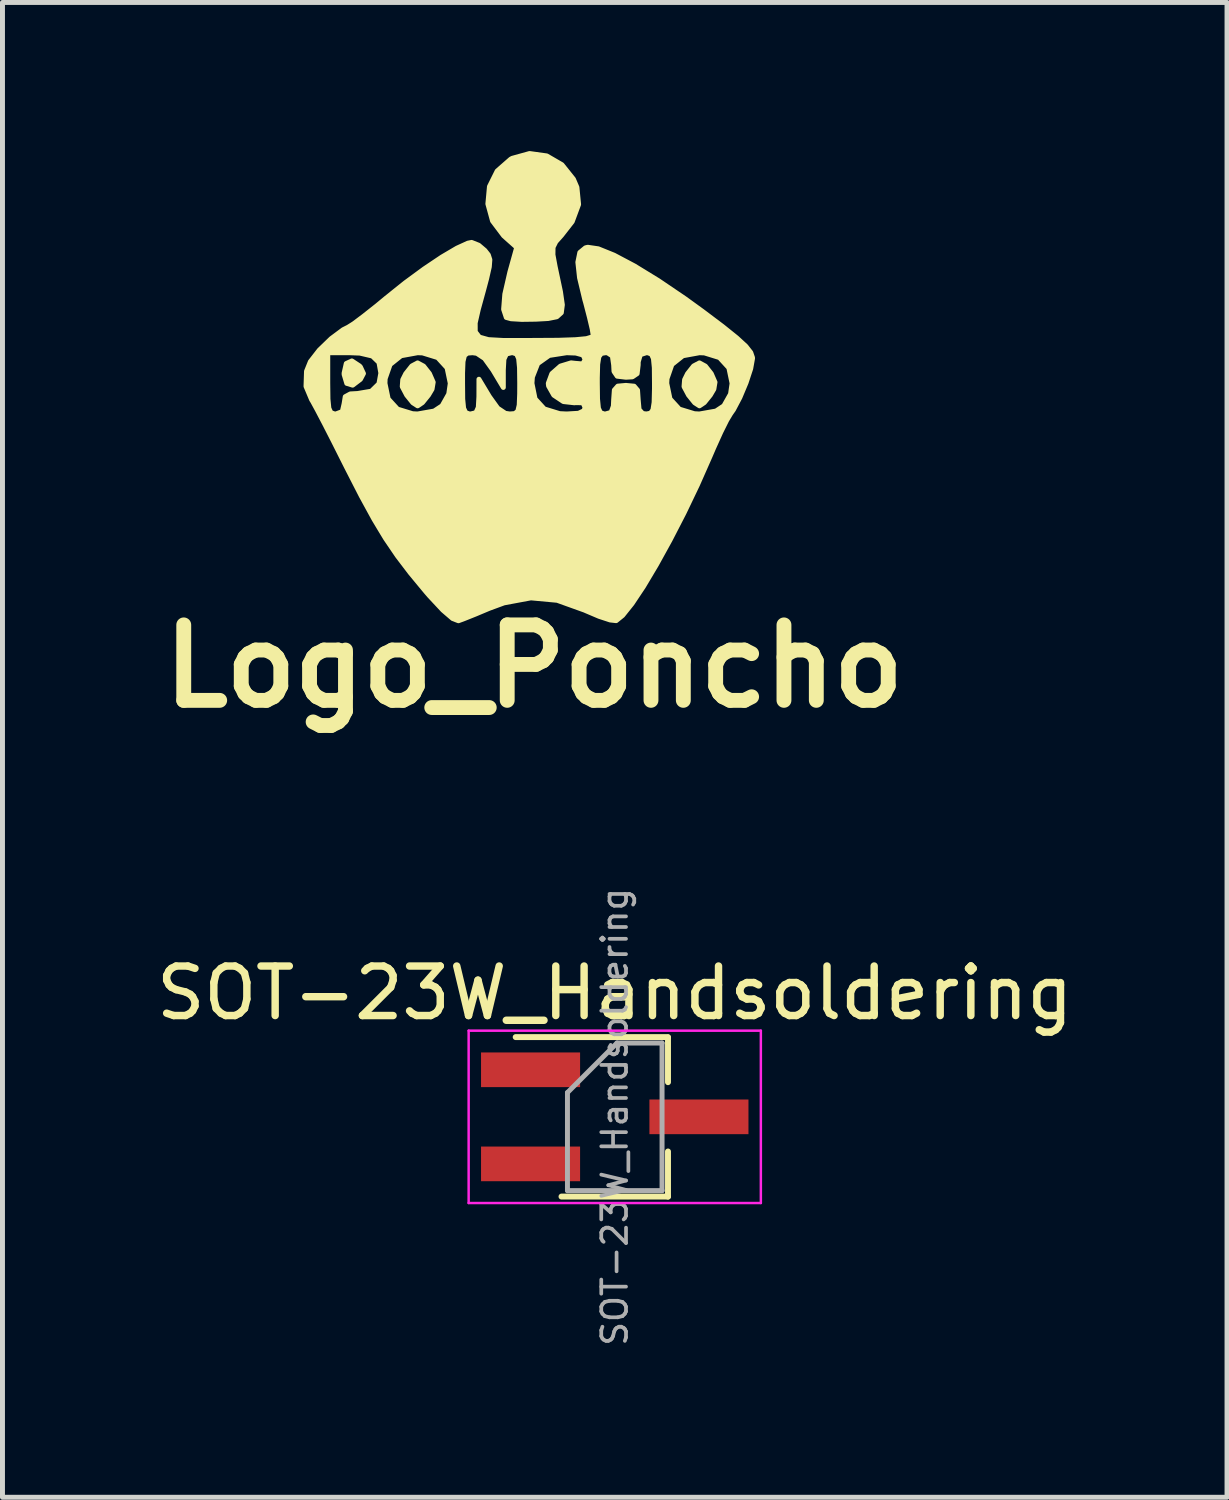
<source format=kicad_pcb>
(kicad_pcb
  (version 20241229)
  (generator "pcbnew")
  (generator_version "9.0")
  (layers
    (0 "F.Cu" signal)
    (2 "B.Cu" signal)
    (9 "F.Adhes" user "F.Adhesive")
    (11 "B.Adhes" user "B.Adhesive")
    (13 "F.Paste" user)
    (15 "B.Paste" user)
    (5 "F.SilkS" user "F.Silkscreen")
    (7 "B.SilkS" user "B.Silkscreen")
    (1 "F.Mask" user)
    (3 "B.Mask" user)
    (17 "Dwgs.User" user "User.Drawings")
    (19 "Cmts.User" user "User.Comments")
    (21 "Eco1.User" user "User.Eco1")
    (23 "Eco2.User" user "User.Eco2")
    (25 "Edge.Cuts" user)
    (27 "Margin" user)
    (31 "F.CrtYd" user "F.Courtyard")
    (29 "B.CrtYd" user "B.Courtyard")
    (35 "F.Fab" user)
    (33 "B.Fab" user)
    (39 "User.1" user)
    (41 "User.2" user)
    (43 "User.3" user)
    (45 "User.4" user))
  (footprint "Logo_Poncho"
    (layer "F.Cu")
    (at 7.609 4.814)
    (property "Reference" "Logo_Poncho" (at 0.127 5.588 0) (layer "F.SilkS") (effects (font (size 1.524 1.524) (thickness 0.3))))
    (attr through_hole)
    (fp_poly (pts (xy -3.32 -0.322) (xy -3.381 -0.206) (xy -3.538 -0.087) (xy -3.657 -0.123) (xy -3.71 -0.301) (xy -3.711 -0.33) (xy -3.667 -0.524) (xy -3.554 -0.576) (xy -3.4 -0.475) (xy -3.381 -0.454) (xy -3.32 -0.322)) (stroke (width 0.1) (type solid)) (fill yes) (layer "F.SilkS"))
    (fp_poly (pts (xy -1.912 -0.147) (xy -1.935 -0.007) (xy -2.007 0.114) (xy -2.129 0.265) (xy -2.225 0.33) (xy -2.227 0.33) (xy -2.323 0.268) (xy -2.445 0.117) (xy -2.447 0.114) (xy -2.537 -0.057) (xy -2.527 -0.197) (xy -2.466 -0.319) (xy -2.343 -0.474) (xy -2.227 -0.536) (xy -2.106 -0.471) (xy -1.987 -0.319) (xy -1.912 -0.147)) (stroke (width 0.1) (type solid)) (fill yes) (layer "F.SilkS"))
    (fp_poly (pts (xy 3.778 -0.147) (xy 3.755 -0.007) (xy 3.684 0.114) (xy 3.562 0.265) (xy 3.465 0.33) (xy 3.464 0.33) (xy 3.368 0.268) (xy 3.246 0.117) (xy 3.244 0.114) (xy 3.153 -0.057) (xy 3.164 -0.197) (xy 3.224 -0.319) (xy 3.347 -0.474) (xy 3.464 -0.536) (xy 3.584 -0.471) (xy 3.703 -0.319) (xy 3.778 -0.147)) (stroke (width 0.1) (type solid)) (fill yes) (layer "F.SilkS"))
    (fp_poly (pts (xy 1.024 -3.736) (xy 0.895 -3.389) (xy 0.679 -3.112) (xy 0.563 -2.982) (xy 0.508 -2.87) (xy 0.506 -2.721) (xy 0.55 -2.483) (xy 0.574 -2.37) (xy 0.658 -1.973) (xy 0.696 -1.709) (xy 0.675 -1.55) (xy 0.584 -1.468) (xy 0.409 -1.433) (xy 0.161 -1.419) (xy -0.124 -1.415) (xy -0.34 -1.428) (xy -0.436 -1.454) (xy -0.49 -1.618) (xy -0.466 -1.924) (xy -0.365 -2.365) (xy -0.36 -2.384) (xy -0.225 -2.869) (xy -0.489 -3.104) (xy -0.714 -3.403) (xy -0.808 -3.747) (xy -0.776 -4.097) (xy -0.62 -4.411) (xy -0.347 -4.65) (xy -0.316 -4.667) (xy 0.034 -4.764) (xy 0.38 -4.716) (xy 0.687 -4.538) (xy 0.919 -4.248) (xy 0.99 -4.082) (xy 1.024 -3.736)) (stroke (width 0.1) (type solid)) (fill yes) (layer "F.SilkS"))
    (fp_poly (pts (xy 4.536 -0.627) (xy 4.499 -0.42) (xy 4.405 -0.135) (xy 4.28 0.163) (xy 4.15 0.409) (xy 4.123 0.447) (xy 4.123 -0.124) (xy 4.058 -0.437) (xy 3.869 -0.644) (xy 3.565 -0.738) (xy 3.464 -0.742) (xy 3.13 -0.681) (xy 2.908 -0.504) (xy 2.809 -0.218) (xy 2.804 -0.124) (xy 2.869 0.19) (xy 3.058 0.397) (xy 3.363 0.49) (xy 3.464 0.495) (xy 3.798 0.436) (xy 3.958 0.33) (xy 4.092 0.092) (xy 4.123 -0.124) (xy 4.123 0.447) (xy 4.09 0.495) (xy 4.014 0.622) (xy 3.895 0.861) (xy 3.754 1.173) (xy 3.673 1.361) (xy 3.422 1.929) (xy 3.15 2.497) (xy 2.869 3.042) (xy 2.593 3.542) (xy 2.556 3.604) (xy 2.556 -0.124) (xy 2.553 -0.44) (xy 2.535 -0.625) (xy 2.494 -0.715) (xy 2.421 -0.741) (xy 2.392 -0.742) (xy 2.271 -0.703) (xy 2.228 -0.559) (xy 2.227 -0.495) (xy 2.206 -0.32) (xy 2.11 -0.255) (xy 1.979 -0.247) (xy 1.804 -0.268) (xy 1.739 -0.364) (xy 1.732 -0.495) (xy 1.706 -0.676) (xy 1.609 -0.74) (xy 1.567 -0.742) (xy 1.483 -0.728) (xy 1.433 -0.661) (xy 1.409 -0.508) (xy 1.402 -0.235) (xy 1.402 -0.124) (xy 1.406 0.193) (xy 1.424 0.378) (xy 1.464 0.467) (xy 1.537 0.494) (xy 1.567 0.495) (xy 1.681 0.463) (xy 1.726 0.336) (xy 1.732 0.206) (xy 1.746 0.012) (xy 1.816 -0.067) (xy 1.979 -0.082) (xy 2.145 -0.066) (xy 2.214 0.015) (xy 2.227 0.206) (xy 2.245 0.405) (xy 2.317 0.485) (xy 2.392 0.495) (xy 2.476 0.48) (xy 2.525 0.414) (xy 2.549 0.261) (xy 2.556 -0.012) (xy 2.556 -0.124) (xy 2.556 3.604) (xy 2.334 3.977) (xy 2.103 4.324) (xy 1.913 4.562) (xy 1.782 4.668) (xy 1.66 4.654) (xy 1.438 4.581) (xy 1.163 4.464) (xy 1.155 4.46) (xy 1.155 0.361) (xy 1.111 0.268) (xy 0.957 0.266) (xy 0.939 0.269) (xy 0.717 0.244) (xy 0.523 0.115) (xy 0.418 -0.071) (xy 0.412 -0.124) (xy 0.484 -0.319) (xy 0.658 -0.472) (xy 0.872 -0.537) (xy 0.95 -0.528) (xy 1.106 -0.515) (xy 1.154 -0.597) (xy 1.155 -0.61) (xy 1.114 -0.695) (xy 0.97 -0.735) (xy 0.783 -0.742) (xy 0.429 -0.687) (xy 0.198 -0.523) (xy 0.091 -0.25) (xy 0.082 -0.124) (xy 0.145 0.189) (xy 0.331 0.393) (xy 0.64 0.488) (xy 0.783 0.495) (xy 1.023 0.481) (xy 1.134 0.429) (xy 1.155 0.361) (xy 1.155 4.46) (xy 1.148 4.457) (xy 0.592 4.257) (xy 0.061 4.208) (xy -0.165 4.25) (xy -0.165 -0.124) (xy -0.169 -0.44) (xy -0.187 -0.625) (xy -0.227 -0.715) (xy -0.3 -0.741) (xy -0.33 -0.742) (xy -0.435 -0.716) (xy -0.484 -0.61) (xy -0.496 -0.392) (xy -0.496 -0.041) (xy -0.706 -0.392) (xy -0.874 -0.626) (xy -1.03 -0.73) (xy -1.118 -0.742) (xy -1.22 -0.734) (xy -1.281 -0.686) (xy -1.31 -0.564) (xy -1.319 -0.332) (xy -1.319 -0.124) (xy -1.316 0.193) (xy -1.298 0.378) (xy -1.257 0.467) (xy -1.184 0.494) (xy -1.155 0.495) (xy -1.049 0.469) (xy -1.001 0.362) (xy -0.989 0.144) (xy -0.988 -0.206) (xy -0.778 0.144) (xy -0.61 0.378) (xy -0.455 0.482) (xy -0.366 0.495) (xy -0.264 0.487) (xy -0.204 0.439) (xy -0.175 0.316) (xy -0.166 0.085) (xy -0.165 -0.124) (xy -0.165 4.25) (xy -0.482 4.309) (xy -0.783 4.42) (xy -1.059 4.536) (xy -1.286 4.627) (xy -1.402 4.67) (xy -1.519 4.625) (xy -1.567 4.584) (xy -1.567 -0.124) (xy -1.632 -0.437) (xy -1.821 -0.644) (xy -2.126 -0.738) (xy -2.227 -0.742) (xy -2.561 -0.681) (xy -2.782 -0.504) (xy -2.882 -0.218) (xy -2.886 -0.124) (xy -2.821 0.19) (xy -2.632 0.397) (xy -2.328 0.49) (xy -2.227 0.495) (xy -1.893 0.436) (xy -1.732 0.33) (xy -1.598 0.092) (xy -1.567 -0.124) (xy -1.567 4.584) (xy -1.717 4.455) (xy -1.986 4.167) (xy -2.062 4.079) (xy -2.37 3.707) (xy -2.632 3.363) (xy -2.87 3.013) (xy -2.969 2.85) (xy -2.969 -0.33) (xy -3.007 -0.546) (xy -3.14 -0.675) (xy -3.392 -0.734) (xy -3.604 -0.742) (xy -4.041 -0.742) (xy -4.041 -0.124) (xy -4.037 0.193) (xy -4.019 0.378) (xy -3.979 0.467) (xy -3.906 0.494) (xy -3.876 0.495) (xy -3.747 0.446) (xy -3.711 0.289) (xy -3.688 0.146) (xy -3.585 0.09) (xy -3.439 0.082) (xy -3.161 0.035) (xy -3.008 -0.115) (xy -2.969 -0.33) (xy -2.969 2.85) (xy -3.106 2.622) (xy -3.361 2.156) (xy -3.656 1.58) (xy -3.725 1.443) (xy -3.927 1.041) (xy -4.107 0.689) (xy -4.251 0.414) (xy -4.343 0.245) (xy -4.367 0.206) (xy -4.48 -0.062) (xy -4.47 -0.368) (xy -4.392 -0.562) (xy -4.212 -0.794) (xy -3.971 -1.027) (xy -3.73 -1.206) (xy -3.629 -1.257) (xy -3.516 -1.328) (xy -3.311 -1.482) (xy -3.047 -1.691) (xy -2.861 -1.845) (xy -2.478 -2.152) (xy -2.094 -2.434) (xy -1.736 -2.674) (xy -1.432 -2.853) (xy -1.211 -2.954) (xy -1.136 -2.969) (xy -0.993 -2.912) (xy -0.869 -2.807) (xy -0.799 -2.718) (xy -0.768 -2.621) (xy -0.779 -2.476) (xy -0.832 -2.242) (xy -0.897 -1.997) (xy -1.002 -1.615) (xy -1.064 -1.343) (xy -1.063 -1.164) (xy -0.98 -1.057) (xy -0.797 -1.006) (xy -0.494 -0.989) (xy -0.051 -0.989) (xy 0.124 -0.99) (xy 0.617 -0.993) (xy 0.964 -1.005) (xy 1.184 -1.026) (xy 1.295 -1.06) (xy 1.319 -1.094) (xy 1.299 -1.22) (xy 1.243 -1.457) (xy 1.165 -1.758) (xy 1.15 -1.809) (xy 1.043 -2.256) (xy 1.009 -2.57) (xy 1.049 -2.766) (xy 1.163 -2.86) (xy 1.209 -2.871) (xy 1.421 -2.84) (xy 1.74 -2.711) (xy 2.15 -2.494) (xy 2.633 -2.198) (xy 3.173 -1.832) (xy 3.525 -1.577) (xy 3.93 -1.272) (xy 4.215 -1.043) (xy 4.399 -0.874) (xy 4.5 -0.746) (xy 4.535 -0.644) (xy 4.536 -0.627)) (stroke (width 0.1) (type solid)) (fill yes) (layer "F.SilkS")))
  (footprint "SOT-23W_Handsoldering"
    (layer "F.Cu")
    (at 9.363 19.501)
    (property "Reference" "SOT-23W_Handsoldering" (at 0 -2.5 0) (layer "F.SilkS") (effects (font (size 1 1) (thickness 0.15))))
    (attr smd)
    (fp_line (start -2 -1.61) (end 1.075 -1.61) (stroke (width 0.12) (type solid)) (layer "F.SilkS"))
    (fp_line (start -1.075 1.61) (end 1.075 1.61) (stroke (width 0.12) (type solid)) (layer "F.SilkS"))
    (fp_line (start 1.075 -1.6) (end 1.075 -0.7) (stroke (width 0.12) (type solid)) (layer "F.SilkS"))
    (fp_line (start 1.075 0.7) (end 1.075 1.61) (stroke (width 0.12) (type solid)) (layer "F.SilkS"))
    (fp_line (start -2.95 -1.74) (end 2.95 -1.74) (stroke (width 0.05) (type solid)) (layer "F.CrtYd"))
    (fp_line (start -2.95 1.74) (end -2.95 -1.74) (stroke (width 0.05) (type solid)) (layer "F.CrtYd"))
    (fp_line (start 2.95 -1.74) (end 2.95 1.74) (stroke (width 0.05) (type solid)) (layer "F.CrtYd"))
    (fp_line (start 2.95 1.74) (end -2.95 1.74) (stroke (width 0.05) (type solid)) (layer "F.CrtYd"))
    (fp_line (start -0.955 -0.49) (end -0.955 1.49) (stroke (width 0.1) (type solid)) (layer "F.Fab"))
    (fp_line (start -0.955 -0.49) (end 0.045 -1.49) (stroke (width 0.1) (type solid)) (layer "F.Fab"))
    (fp_line (start -0.955 1.49) (end 0.955 1.49) (stroke (width 0.1) (type solid)) (layer "F.Fab"))
    (fp_line (start 0.045 -1.49) (end 0.955 -1.49) (stroke (width 0.1) (type solid)) (layer "F.Fab"))
    (fp_line (start 0.955 -1.49) (end 0.955 1.49) (stroke (width 0.1) (type solid)) (layer "F.Fab"))
    (fp_text user "${REFERENCE}" (at 0 0 90) (layer "F.Fab") (effects (font (size 0.5 0.5) (thickness 0.075))))
    (pad "1" smd rect (at -1.7 -0.95) (size 2 0.7) (layers "F.Cu" "F.Mask" "F.Paste"))
    (pad "2" smd rect (at -1.7 0.95) (size 2 0.7) (layers "F.Cu" "F.Mask" "F.Paste"))
    (pad "3" smd rect (at 1.7 0) (size 2 0.7) (layers "F.Cu" "F.Mask" "F.Paste")))
  (gr_rect
    (start -3 -3)
    (end 21.726 27.183)
    (stroke (width 0.1) (type default))
    (fill no)
    (layer "Edge.Cuts")))
</source>
